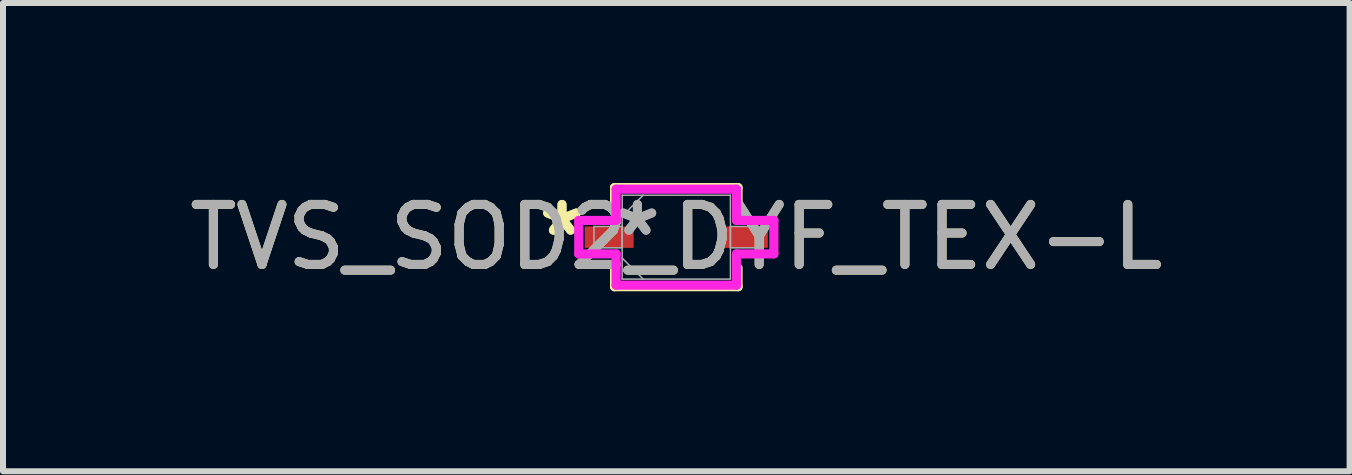
<source format=kicad_pcb>
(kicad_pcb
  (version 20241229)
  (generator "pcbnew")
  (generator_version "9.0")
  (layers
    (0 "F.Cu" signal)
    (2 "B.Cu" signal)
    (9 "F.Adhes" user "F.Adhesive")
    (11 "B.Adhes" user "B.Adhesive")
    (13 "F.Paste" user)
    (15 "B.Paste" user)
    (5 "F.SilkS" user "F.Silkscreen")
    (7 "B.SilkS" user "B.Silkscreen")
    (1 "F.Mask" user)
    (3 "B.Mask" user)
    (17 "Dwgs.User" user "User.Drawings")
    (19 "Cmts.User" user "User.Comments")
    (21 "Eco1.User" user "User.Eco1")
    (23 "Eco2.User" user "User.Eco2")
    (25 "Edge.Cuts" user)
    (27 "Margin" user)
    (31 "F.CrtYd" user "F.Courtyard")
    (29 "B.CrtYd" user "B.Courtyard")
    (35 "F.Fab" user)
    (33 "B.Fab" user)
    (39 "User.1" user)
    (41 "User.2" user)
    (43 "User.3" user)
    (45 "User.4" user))
  (footprint "TVS_SOD2_DYF_TEX-L"
    (layer "F.Cu")
    (at 8.22 0.902)
    (property "Reference" "TVS_SOD2_DYF_TEX-L" (at 0 0 0) (unlocked yes) (layer "F.SilkS") (effects (font (size 1 1) (thickness 0.15))))
    (attr smd)
    (fp_line (start -1.029 -0.826) (end -1.029 -0.511) (stroke (width 0.152) (type solid)) (layer "F.SilkS"))
    (fp_line (start -1.029 0.511) (end -1.029 0.826) (stroke (width 0.152) (type solid)) (layer "F.SilkS"))
    (fp_line (start -1.029 0.826) (end 1.029 0.826) (stroke (width 0.152) (type solid)) (layer "F.SilkS"))
    (fp_line (start 1.029 -0.826) (end -1.029 -0.826) (stroke (width 0.152) (type solid)) (layer "F.SilkS"))
    (fp_line (start 1.029 -0.511) (end 1.029 -0.826) (stroke (width 0.152) (type solid)) (layer "F.SilkS"))
    (fp_line (start 1.029 0.826) (end 1.029 0.511) (stroke (width 0.152) (type solid)) (layer "F.SilkS"))
    (fp_line (start -1.626 -0.279) (end -1.003 -0.279) (stroke (width 0.152) (type solid)) (layer "F.CrtYd"))
    (fp_line (start -1.626 0.279) (end -1.626 -0.279) (stroke (width 0.152) (type solid)) (layer "F.CrtYd"))
    (fp_line (start -1.003 -0.8) (end 1.003 -0.8) (stroke (width 0.152) (type solid)) (layer "F.CrtYd"))
    (fp_line (start -1.003 -0.279) (end -1.003 -0.8) (stroke (width 0.152) (type solid)) (layer "F.CrtYd"))
    (fp_line (start -1.003 0.279) (end -1.626 0.279) (stroke (width 0.152) (type solid)) (layer "F.CrtYd"))
    (fp_line (start -1.003 0.8) (end -1.003 0.279) (stroke (width 0.152) (type solid)) (layer "F.CrtYd"))
    (fp_line (start 1.003 -0.8) (end 1.003 -0.279) (stroke (width 0.152) (type solid)) (layer "F.CrtYd"))
    (fp_line (start 1.003 -0.279) (end 1.626 -0.279) (stroke (width 0.152) (type solid)) (layer "F.CrtYd"))
    (fp_line (start 1.003 0.279) (end 1.003 0.8) (stroke (width 0.152) (type solid)) (layer "F.CrtYd"))
    (fp_line (start 1.003 0.8) (end -1.003 0.8) (stroke (width 0.152) (type solid)) (layer "F.CrtYd"))
    (fp_line (start 1.626 -0.279) (end 1.626 0.279) (stroke (width 0.152) (type solid)) (layer "F.CrtYd"))
    (fp_line (start 1.626 0.279) (end 1.003 0.279) (stroke (width 0.152) (type solid)) (layer "F.CrtYd"))
    (fp_line (start -1.372 -0.178) (end -1.372 0.178) (stroke (width 0.025) (type solid)) (layer "F.Fab"))
    (fp_line (start -1.372 0.178) (end -0.902 0.178) (stroke (width 0.025) (type solid)) (layer "F.Fab"))
    (fp_line (start -0.902 -0.699) (end -0.902 0.699) (stroke (width 0.025) (type solid)) (layer "F.Fab"))
    (fp_line (start -0.902 -0.349) (end -0.552 -0.699) (stroke (width 0.025) (type solid)) (layer "F.Fab"))
    (fp_line (start -0.902 -0.178) (end -1.372 -0.178) (stroke (width 0.025) (type solid)) (layer "F.Fab"))
    (fp_line (start -0.902 0.178) (end -0.902 -0.178) (stroke (width 0.025) (type solid)) (layer "F.Fab"))
    (fp_line (start -0.902 0.349) (end -0.552 0.699) (stroke (width 0.025) (type solid)) (layer "F.Fab"))
    (fp_line (start -0.902 0.699) (end 0.902 0.699) (stroke (width 0.025) (type solid)) (layer "F.Fab"))
    (fp_line (start 0.902 -0.699) (end -0.902 -0.699) (stroke (width 0.025) (type solid)) (layer "F.Fab"))
    (fp_line (start 0.902 -0.178) (end 0.902 0.178) (stroke (width 0.025) (type solid)) (layer "F.Fab"))
    (fp_line (start 0.902 0.178) (end 1.372 0.178) (stroke (width 0.025) (type solid)) (layer "F.Fab"))
    (fp_line (start 0.902 0.699) (end 0.902 -0.699) (stroke (width 0.025) (type solid)) (layer "F.Fab"))
    (fp_line (start 1.372 -0.178) (end 0.902 -0.178) (stroke (width 0.025) (type solid)) (layer "F.Fab"))
    (fp_line (start 1.372 0.178) (end 1.372 -0.178) (stroke (width 0.025) (type solid)) (layer "F.Fab"))
    (fp_text user "*" (at -1.905 0 0) (unlocked yes) (layer "F.SilkS") (effects (font (size 1 1) (thickness 0.15))))
    (fp_text user "*" (at -1.905 0 0) (layer "F.SilkS") (effects (font (size 1 1) (thickness 0.15))))
    (fp_text user "*" (at -0.648 0 0) (layer "F.Fab") (effects (font (size 1 1) (thickness 0.15))))
    (fp_text user "*" (at -0.648 0 0) (unlocked yes) (layer "F.Fab") (effects (font (size 1 1) (thickness 0.15))))
    (fp_text user "${REFERENCE}" (at 0 0 0) (unlocked yes) (layer "F.Fab") (effects (font (size 1 1) (thickness 0.15))))
    (pad "1" smd rect (at -1.118 0) (size 0.813 0.356) (layers "F.Cu" "F.Mask" "F.Paste"))
    (pad "2" smd rect (at 1.118 0) (size 0.813 0.356) (layers "F.Cu" "F.Mask" "F.Paste")))
  (gr_rect
    (start -3 -3)
    (end 19.44 4.803)
    (stroke (width 0.1) (type default))
    (fill no)
    (layer "Edge.Cuts")))
</source>
